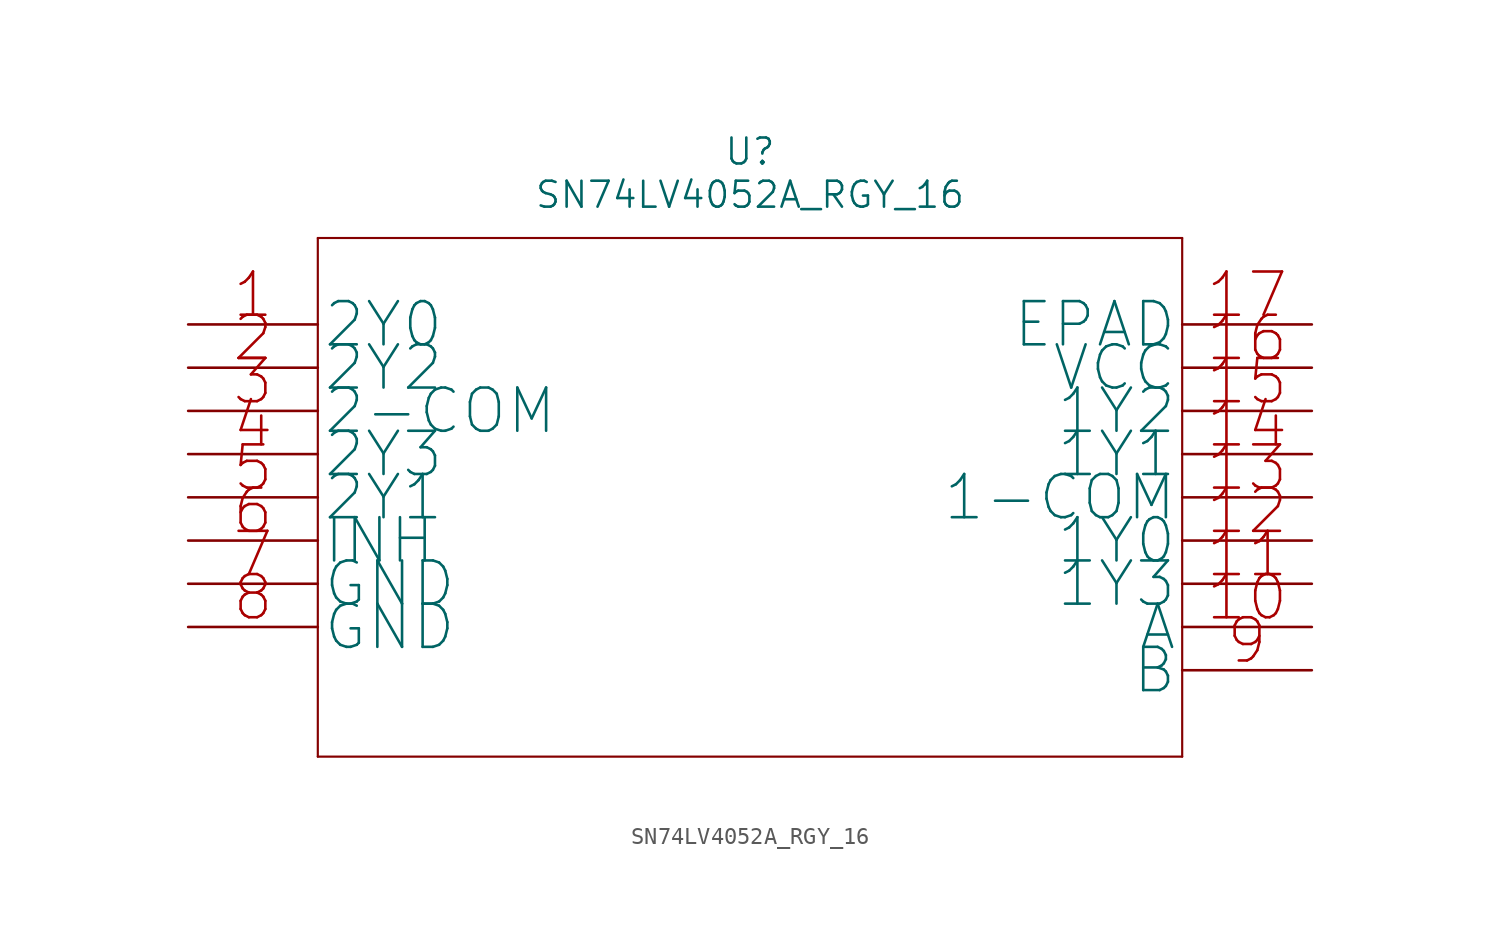
<source format=kicad_sym>
(kicad_symbol_lib
  (version 20220914)
  (generator kicad_symbol_editor)
  (symbol "SN74LV4052A_RGY_16"
    (pin_names
      (offset 0.254))
    (property "Reference" "U"
      (at 33.02 10.16 0)
      (effects (font (size 1.524 1.524))))
    (property "Value" "SN74LV4052A_RGY_16"
      (at 33.02 7.62 0)
      (effects (font (size 1.524 1.524))))
    (property "Datasheet" ""
      (at 0 0 0)
      (effects (font (size 1.524 1.524))))
    (symbol "SN74LV4052A_RGY_16_0_0"
      (polyline (pts (xy 7.62 -25.4) (xy 58.42 -25.4)) (stroke (width 0.127) (type solid)) (fill (type none)))
      (polyline (pts (xy 7.62 5.08) (xy 7.62 -25.4)) (stroke (width 0.127) (type solid)) (fill (type none)))
      (polyline (pts (xy 58.42 -25.4) (xy 58.42 5.08)) (stroke (width 0.127) (type solid)) (fill (type none)))
      (polyline (pts (xy 58.42 5.08) (xy 7.62 5.08)) (stroke (width 0.127) (type solid)) (fill (type none))))
    (symbol "SN74LV4052A_RGY_16_1_0"
      (pin unspecified line (at 0 0 0) (length 7.62) (name "2Y0" (effects (font (size 2.54 2.54)))) (number "1" (effects (font (size 2.54 2.54)))))
      (pin unspecified line (at 66.04 -17.78 180) (length 7.62) (name "A" (effects (font (size 2.54 2.54)))) (number "10" (effects (font (size 2.54 2.54)))))
      (pin unspecified line (at 66.04 -15.24 180) (length 7.62) (name "1Y3" (effects (font (size 2.54 2.54)))) (number "11" (effects (font (size 2.54 2.54)))))
      (pin unspecified line (at 66.04 -12.7 180) (length 7.62) (name "1Y0" (effects (font (size 2.54 2.54)))) (number "12" (effects (font (size 2.54 2.54)))))
      (pin unspecified line (at 66.04 -10.16 180) (length 7.62) (name "1-COM" (effects (font (size 2.54 2.54)))) (number "13" (effects (font (size 2.54 2.54)))))
      (pin unspecified line (at 66.04 -7.62 180) (length 7.62) (name "1Y1" (effects (font (size 2.54 2.54)))) (number "14" (effects (font (size 2.54 2.54)))))
      (pin unspecified line (at 66.04 -5.08 180) (length 7.62) (name "1Y2" (effects (font (size 2.54 2.54)))) (number "15" (effects (font (size 2.54 2.54)))))
      (pin unspecified line (at 66.04 -2.54 180) (length 7.62) (name "VCC" (effects (font (size 2.54 2.54)))) (number "16" (effects (font (size 2.54 2.54)))))
      (pin unspecified line (at 66.04 0 180) (length 7.62) (name "EPAD" (effects (font (size 2.54 2.54)))) (number "17" (effects (font (size 2.54 2.54)))))
      (pin unspecified line (at 0 -2.54 0) (length 7.62) (name "2Y2" (effects (font (size 2.54 2.54)))) (number "2" (effects (font (size 2.54 2.54)))))
      (pin unspecified line (at 0 -5.08 0) (length 7.62) (name "2-COM" (effects (font (size 2.54 2.54)))) (number "3" (effects (font (size 2.54 2.54)))))
      (pin unspecified line (at 0 -7.62 0) (length 7.62) (name "2Y3" (effects (font (size 2.54 2.54)))) (number "4" (effects (font (size 2.54 2.54)))))
      (pin unspecified line (at 0 -10.16 0) (length 7.62) (name "2Y1" (effects (font (size 2.54 2.54)))) (number "5" (effects (font (size 2.54 2.54)))))
      (pin unspecified line (at 0 -12.7 0) (length 7.62) (name "INH" (effects (font (size 2.54 2.54)))) (number "6" (effects (font (size 2.54 2.54)))))
      (pin unspecified line (at 0 -15.24 0) (length 7.62) (name "GND" (effects (font (size 2.54 2.54)))) (number "7" (effects (font (size 2.54 2.54)))))
      (pin unspecified line (at 0 -17.78 0) (length 7.62) (name "GND" (effects (font (size 2.54 2.54)))) (number "8" (effects (font (size 2.54 2.54)))))
      (pin unspecified line (at 66.04 -20.32 180) (length 7.62) (name "B" (effects (font (size 2.54 2.54)))) (number "9" (effects (font (size 2.54 2.54))))))))
</source>
